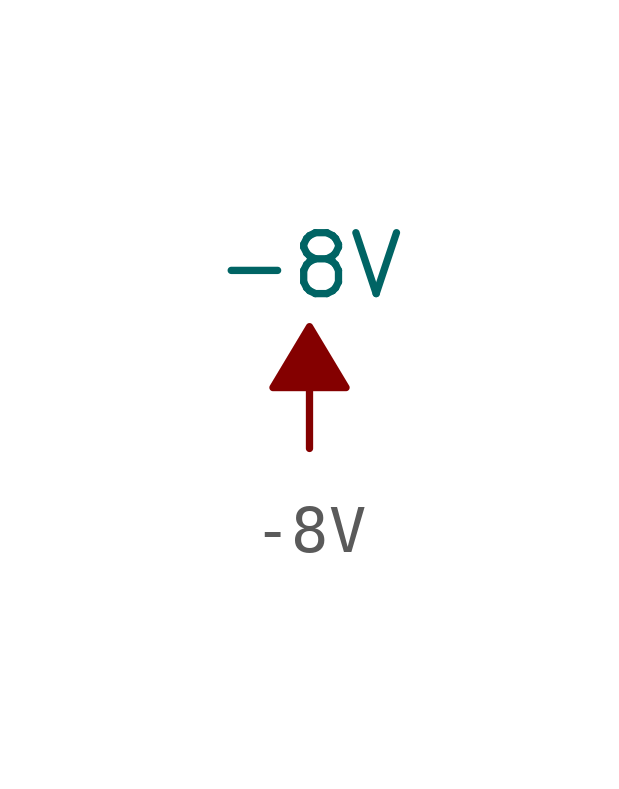
<source format=kicad_sym>
(kicad_symbol_lib
  (version 20231120)
  (generator "kicad_symbol_editor")
  (generator_version "8.0")
  (symbol "-8V"
    (power)
    (pin_numbers hide)
    (pin_names
      (offset 0) hide)
    (property "Reference" "#PWR"
      (at 0 2.54 0)
      (effects (font (size 1.27 1.27)) (hide yes)))
    (property "Value" "-8V"
      (at 0 3.81 0)
      (effects (font (size 1.27 1.27))))
    (symbol "-8V_0_0"
      (pin power_in line (at 0 0 90) (length 0) hide (name "-8V" (effects (font (size 1.27 1.27)))) (number "1" (effects (font (size 1.27 1.27))))))
    (symbol "-8V_0_1"
      (polyline (pts (xy 0 0) (xy 0 1.27) (xy 0.762 1.27) (xy 0 2.54) (xy -0.762 1.27) (xy 0 1.27)) (stroke (width 0) (type default)) (fill (type outline))))))
</source>
